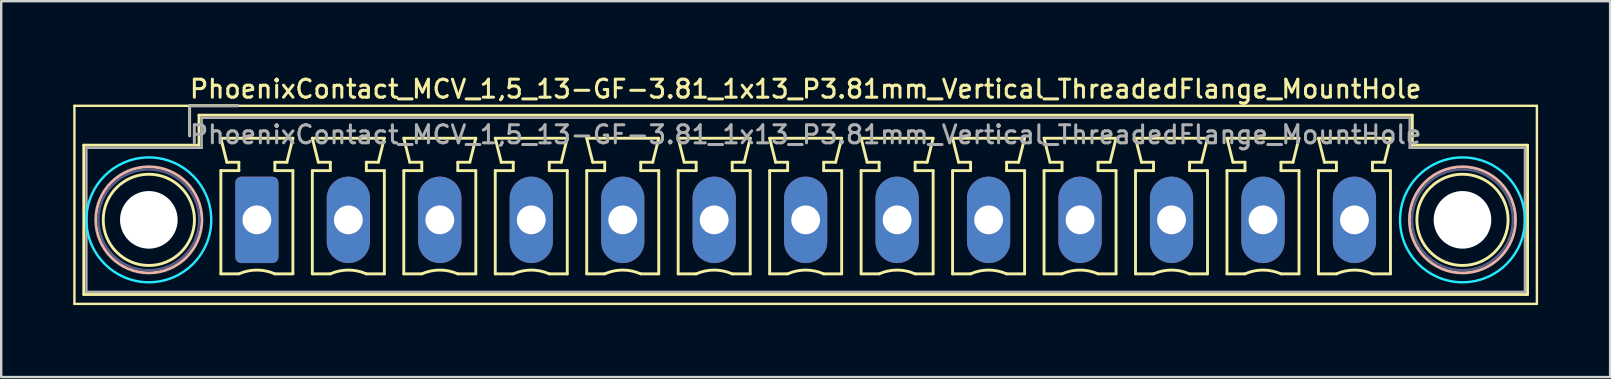
<source format=kicad_pcb>
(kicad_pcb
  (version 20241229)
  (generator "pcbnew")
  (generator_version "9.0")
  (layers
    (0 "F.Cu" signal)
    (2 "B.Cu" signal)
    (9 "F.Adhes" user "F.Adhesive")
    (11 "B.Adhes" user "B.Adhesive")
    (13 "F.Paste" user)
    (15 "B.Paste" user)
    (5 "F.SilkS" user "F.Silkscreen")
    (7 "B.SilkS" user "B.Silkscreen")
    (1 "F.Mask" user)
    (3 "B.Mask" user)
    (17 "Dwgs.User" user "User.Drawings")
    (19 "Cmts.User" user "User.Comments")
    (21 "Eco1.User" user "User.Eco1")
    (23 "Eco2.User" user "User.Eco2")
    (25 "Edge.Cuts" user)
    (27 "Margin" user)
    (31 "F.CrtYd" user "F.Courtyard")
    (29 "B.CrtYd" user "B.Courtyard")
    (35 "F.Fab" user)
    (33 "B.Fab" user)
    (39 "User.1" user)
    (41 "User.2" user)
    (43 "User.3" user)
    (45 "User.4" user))
  (footprint "PhoenixContact_MCV_1,5_13-GF-3.81_1x13_P3.81mm_Vertical_ThreadedFlange_MountHole"
    (layer "F.Cu")
    (at 7.65 6.108)
    (property "Reference" "PhoenixContact_MCV_1,5_13-GF-3.81_1x13_P3.81mm_Vertical_ThreadedFlange_MountHole" (at 22.86 -5.45 0) (layer "F.SilkS") (effects (font (size 0.75 0.75) (thickness 0.125))))
    (attr through_hole)
    (fp_line (start -7.6 -4.75) (end -7.6 3.5) (stroke (width 0.1) (type solid)) (layer "F.SilkS"))
    (fp_line (start -7.6 3.5) (end 53.32 3.5) (stroke (width 0.1) (type solid)) (layer "F.SilkS"))
    (fp_line (start -7.21 -3.11) (end -7.21 3.11) (stroke (width 0.12) (type solid)) (layer "F.SilkS"))
    (fp_line (start -7.21 3.11) (end 52.93 3.11) (stroke (width 0.12) (type solid)) (layer "F.SilkS"))
    (fp_line (start -2.8 -4.75) (end -0.8 -4.75) (stroke (width 0.12) (type solid)) (layer "F.SilkS"))
    (fp_line (start -2.8 -3.5) (end -2.8 -4.75) (stroke (width 0.12) (type solid)) (layer "F.SilkS"))
    (fp_line (start -2.41 -4.36) (end -2.41 -3.11) (stroke (width 0.12) (type solid)) (layer "F.SilkS"))
    (fp_line (start -2.41 -3.11) (end -7.21 -3.11) (stroke (width 0.12) (type solid)) (layer "F.SilkS"))
    (fp_line (start -1.5 -3.4) (end 1.5 -3.4) (stroke (width 0.12) (type solid)) (layer "F.SilkS"))
    (fp_line (start -1.5 -2.05) (end -0.75 -2.05) (stroke (width 0.12) (type solid)) (layer "F.SilkS"))
    (fp_line (start -1.5 2.25) (end -1.5 -2.05) (stroke (width 0.12) (type solid)) (layer "F.SilkS"))
    (fp_line (start -1.25 -2.4) (end -1.5 -3.4) (stroke (width 0.12) (type solid)) (layer "F.SilkS"))
    (fp_line (start -0.75 -2.4) (end -1.25 -2.4) (stroke (width 0.12) (type solid)) (layer "F.SilkS"))
    (fp_line (start -0.75 -2.05) (end -0.75 -2.4) (stroke (width 0.12) (type solid)) (layer "F.SilkS"))
    (fp_line (start -0.75 2.25) (end -1.5 2.25) (stroke (width 0.12) (type solid)) (layer "F.SilkS"))
    (fp_line (start 0.75 -2.4) (end 0.75 -2.05) (stroke (width 0.12) (type solid)) (layer "F.SilkS"))
    (fp_line (start 0.75 -2.05) (end 1.5 -2.05) (stroke (width 0.12) (type solid)) (layer "F.SilkS"))
    (fp_line (start 1.25 -2.4) (end 0.75 -2.4) (stroke (width 0.12) (type solid)) (layer "F.SilkS"))
    (fp_line (start 1.5 -3.4) (end 1.25 -2.4) (stroke (width 0.12) (type solid)) (layer "F.SilkS"))
    (fp_line (start 1.5 -2.05) (end 1.5 2.25) (stroke (width 0.12) (type solid)) (layer "F.SilkS"))
    (fp_line (start 1.5 2.25) (end 0.75 2.25) (stroke (width 0.12) (type solid)) (layer "F.SilkS"))
    (fp_line (start 2.31 -3.4) (end 5.31 -3.4) (stroke (width 0.12) (type solid)) (layer "F.SilkS"))
    (fp_line (start 2.31 -2.05) (end 3.06 -2.05) (stroke (width 0.12) (type solid)) (layer "F.SilkS"))
    (fp_line (start 2.31 2.25) (end 2.31 -2.05) (stroke (width 0.12) (type solid)) (layer "F.SilkS"))
    (fp_line (start 2.56 -2.4) (end 2.31 -3.4) (stroke (width 0.12) (type solid)) (layer "F.SilkS"))
    (fp_line (start 3.06 -2.4) (end 2.56 -2.4) (stroke (width 0.12) (type solid)) (layer "F.SilkS"))
    (fp_line (start 3.06 -2.05) (end 3.06 -2.4) (stroke (width 0.12) (type solid)) (layer "F.SilkS"))
    (fp_line (start 3.06 2.25) (end 2.31 2.25) (stroke (width 0.12) (type solid)) (layer "F.SilkS"))
    (fp_line (start 4.56 -2.4) (end 4.56 -2.05) (stroke (width 0.12) (type solid)) (layer "F.SilkS"))
    (fp_line (start 4.56 -2.05) (end 5.31 -2.05) (stroke (width 0.12) (type solid)) (layer "F.SilkS"))
    (fp_line (start 5.06 -2.4) (end 4.56 -2.4) (stroke (width 0.12) (type solid)) (layer "F.SilkS"))
    (fp_line (start 5.31 -3.4) (end 5.06 -2.4) (stroke (width 0.12) (type solid)) (layer "F.SilkS"))
    (fp_line (start 5.31 -2.05) (end 5.31 2.25) (stroke (width 0.12) (type solid)) (layer "F.SilkS"))
    (fp_line (start 5.31 2.25) (end 4.56 2.25) (stroke (width 0.12) (type solid)) (layer "F.SilkS"))
    (fp_line (start 6.12 -3.4) (end 9.12 -3.4) (stroke (width 0.12) (type solid)) (layer "F.SilkS"))
    (fp_line (start 6.12 -2.05) (end 6.87 -2.05) (stroke (width 0.12) (type solid)) (layer "F.SilkS"))
    (fp_line (start 6.12 2.25) (end 6.12 -2.05) (stroke (width 0.12) (type solid)) (layer "F.SilkS"))
    (fp_line (start 6.37 -2.4) (end 6.12 -3.4) (stroke (width 0.12) (type solid)) (layer "F.SilkS"))
    (fp_line (start 6.87 -2.4) (end 6.37 -2.4) (stroke (width 0.12) (type solid)) (layer "F.SilkS"))
    (fp_line (start 6.87 -2.05) (end 6.87 -2.4) (stroke (width 0.12) (type solid)) (layer "F.SilkS"))
    (fp_line (start 6.87 2.25) (end 6.12 2.25) (stroke (width 0.12) (type solid)) (layer "F.SilkS"))
    (fp_line (start 8.37 -2.4) (end 8.37 -2.05) (stroke (width 0.12) (type solid)) (layer "F.SilkS"))
    (fp_line (start 8.37 -2.05) (end 9.12 -2.05) (stroke (width 0.12) (type solid)) (layer "F.SilkS"))
    (fp_line (start 8.87 -2.4) (end 8.37 -2.4) (stroke (width 0.12) (type solid)) (layer "F.SilkS"))
    (fp_line (start 9.12 -3.4) (end 8.87 -2.4) (stroke (width 0.12) (type solid)) (layer "F.SilkS"))
    (fp_line (start 9.12 -2.05) (end 9.12 2.25) (stroke (width 0.12) (type solid)) (layer "F.SilkS"))
    (fp_line (start 9.12 2.25) (end 8.37 2.25) (stroke (width 0.12) (type solid)) (layer "F.SilkS"))
    (fp_line (start 9.93 -3.4) (end 12.93 -3.4) (stroke (width 0.12) (type solid)) (layer "F.SilkS"))
    (fp_line (start 9.93 -2.05) (end 10.68 -2.05) (stroke (width 0.12) (type solid)) (layer "F.SilkS"))
    (fp_line (start 9.93 2.25) (end 9.93 -2.05) (stroke (width 0.12) (type solid)) (layer "F.SilkS"))
    (fp_line (start 10.18 -2.4) (end 9.93 -3.4) (stroke (width 0.12) (type solid)) (layer "F.SilkS"))
    (fp_line (start 10.68 -2.4) (end 10.18 -2.4) (stroke (width 0.12) (type solid)) (layer "F.SilkS"))
    (fp_line (start 10.68 -2.05) (end 10.68 -2.4) (stroke (width 0.12) (type solid)) (layer "F.SilkS"))
    (fp_line (start 10.68 2.25) (end 9.93 2.25) (stroke (width 0.12) (type solid)) (layer "F.SilkS"))
    (fp_line (start 12.18 -2.4) (end 12.18 -2.05) (stroke (width 0.12) (type solid)) (layer "F.SilkS"))
    (fp_line (start 12.18 -2.05) (end 12.93 -2.05) (stroke (width 0.12) (type solid)) (layer "F.SilkS"))
    (fp_line (start 12.68 -2.4) (end 12.18 -2.4) (stroke (width 0.12) (type solid)) (layer "F.SilkS"))
    (fp_line (start 12.93 -3.4) (end 12.68 -2.4) (stroke (width 0.12) (type solid)) (layer "F.SilkS"))
    (fp_line (start 12.93 -2.05) (end 12.93 2.25) (stroke (width 0.12) (type solid)) (layer "F.SilkS"))
    (fp_line (start 12.93 2.25) (end 12.18 2.25) (stroke (width 0.12) (type solid)) (layer "F.SilkS"))
    (fp_line (start 13.74 -3.4) (end 16.74 -3.4) (stroke (width 0.12) (type solid)) (layer "F.SilkS"))
    (fp_line (start 13.74 -2.05) (end 14.49 -2.05) (stroke (width 0.12) (type solid)) (layer "F.SilkS"))
    (fp_line (start 13.74 2.25) (end 13.74 -2.05) (stroke (width 0.12) (type solid)) (layer "F.SilkS"))
    (fp_line (start 13.99 -2.4) (end 13.74 -3.4) (stroke (width 0.12) (type solid)) (layer "F.SilkS"))
    (fp_line (start 14.49 -2.4) (end 13.99 -2.4) (stroke (width 0.12) (type solid)) (layer "F.SilkS"))
    (fp_line (start 14.49 -2.05) (end 14.49 -2.4) (stroke (width 0.12) (type solid)) (layer "F.SilkS"))
    (fp_line (start 14.49 2.25) (end 13.74 2.25) (stroke (width 0.12) (type solid)) (layer "F.SilkS"))
    (fp_line (start 15.99 -2.4) (end 15.99 -2.05) (stroke (width 0.12) (type solid)) (layer "F.SilkS"))
    (fp_line (start 15.99 -2.05) (end 16.74 -2.05) (stroke (width 0.12) (type solid)) (layer "F.SilkS"))
    (fp_line (start 16.49 -2.4) (end 15.99 -2.4) (stroke (width 0.12) (type solid)) (layer "F.SilkS"))
    (fp_line (start 16.74 -3.4) (end 16.49 -2.4) (stroke (width 0.12) (type solid)) (layer "F.SilkS"))
    (fp_line (start 16.74 -2.05) (end 16.74 2.25) (stroke (width 0.12) (type solid)) (layer "F.SilkS"))
    (fp_line (start 16.74 2.25) (end 15.99 2.25) (stroke (width 0.12) (type solid)) (layer "F.SilkS"))
    (fp_line (start 17.55 -3.4) (end 20.55 -3.4) (stroke (width 0.12) (type solid)) (layer "F.SilkS"))
    (fp_line (start 17.55 -2.05) (end 18.3 -2.05) (stroke (width 0.12) (type solid)) (layer "F.SilkS"))
    (fp_line (start 17.55 2.25) (end 17.55 -2.05) (stroke (width 0.12) (type solid)) (layer "F.SilkS"))
    (fp_line (start 17.8 -2.4) (end 17.55 -3.4) (stroke (width 0.12) (type solid)) (layer "F.SilkS"))
    (fp_line (start 18.3 -2.4) (end 17.8 -2.4) (stroke (width 0.12) (type solid)) (layer "F.SilkS"))
    (fp_line (start 18.3 -2.05) (end 18.3 -2.4) (stroke (width 0.12) (type solid)) (layer "F.SilkS"))
    (fp_line (start 18.3 2.25) (end 17.55 2.25) (stroke (width 0.12) (type solid)) (layer "F.SilkS"))
    (fp_line (start 19.8 -2.4) (end 19.8 -2.05) (stroke (width 0.12) (type solid)) (layer "F.SilkS"))
    (fp_line (start 19.8 -2.05) (end 20.55 -2.05) (stroke (width 0.12) (type solid)) (layer "F.SilkS"))
    (fp_line (start 20.3 -2.4) (end 19.8 -2.4) (stroke (width 0.12) (type solid)) (layer "F.SilkS"))
    (fp_line (start 20.55 -3.4) (end 20.3 -2.4) (stroke (width 0.12) (type solid)) (layer "F.SilkS"))
    (fp_line (start 20.55 -2.05) (end 20.55 2.25) (stroke (width 0.12) (type solid)) (layer "F.SilkS"))
    (fp_line (start 20.55 2.25) (end 19.8 2.25) (stroke (width 0.12) (type solid)) (layer "F.SilkS"))
    (fp_line (start 21.36 -3.4) (end 24.36 -3.4) (stroke (width 0.12) (type solid)) (layer "F.SilkS"))
    (fp_line (start 21.36 -2.05) (end 22.11 -2.05) (stroke (width 0.12) (type solid)) (layer "F.SilkS"))
    (fp_line (start 21.36 2.25) (end 21.36 -2.05) (stroke (width 0.12) (type solid)) (layer "F.SilkS"))
    (fp_line (start 21.61 -2.4) (end 21.36 -3.4) (stroke (width 0.12) (type solid)) (layer "F.SilkS"))
    (fp_line (start 22.11 -2.4) (end 21.61 -2.4) (stroke (width 0.12) (type solid)) (layer "F.SilkS"))
    (fp_line (start 22.11 -2.05) (end 22.11 -2.4) (stroke (width 0.12) (type solid)) (layer "F.SilkS"))
    (fp_line (start 22.11 2.25) (end 21.36 2.25) (stroke (width 0.12) (type solid)) (layer "F.SilkS"))
    (fp_line (start 23.61 -2.4) (end 23.61 -2.05) (stroke (width 0.12) (type solid)) (layer "F.SilkS"))
    (fp_line (start 23.61 -2.05) (end 24.36 -2.05) (stroke (width 0.12) (type solid)) (layer "F.SilkS"))
    (fp_line (start 24.11 -2.4) (end 23.61 -2.4) (stroke (width 0.12) (type solid)) (layer "F.SilkS"))
    (fp_line (start 24.36 -3.4) (end 24.11 -2.4) (stroke (width 0.12) (type solid)) (layer "F.SilkS"))
    (fp_line (start 24.36 -2.05) (end 24.36 2.25) (stroke (width 0.12) (type solid)) (layer "F.SilkS"))
    (fp_line (start 24.36 2.25) (end 23.61 2.25) (stroke (width 0.12) (type solid)) (layer "F.SilkS"))
    (fp_line (start 25.17 -3.4) (end 28.17 -3.4) (stroke (width 0.12) (type solid)) (layer "F.SilkS"))
    (fp_line (start 25.17 -2.05) (end 25.92 -2.05) (stroke (width 0.12) (type solid)) (layer "F.SilkS"))
    (fp_line (start 25.17 2.25) (end 25.17 -2.05) (stroke (width 0.12) (type solid)) (layer "F.SilkS"))
    (fp_line (start 25.42 -2.4) (end 25.17 -3.4) (stroke (width 0.12) (type solid)) (layer "F.SilkS"))
    (fp_line (start 25.92 -2.4) (end 25.42 -2.4) (stroke (width 0.12) (type solid)) (layer "F.SilkS"))
    (fp_line (start 25.92 -2.05) (end 25.92 -2.4) (stroke (width 0.12) (type solid)) (layer "F.SilkS"))
    (fp_line (start 25.92 2.25) (end 25.17 2.25) (stroke (width 0.12) (type solid)) (layer "F.SilkS"))
    (fp_line (start 27.42 -2.4) (end 27.42 -2.05) (stroke (width 0.12) (type solid)) (layer "F.SilkS"))
    (fp_line (start 27.42 -2.05) (end 28.17 -2.05) (stroke (width 0.12) (type solid)) (layer "F.SilkS"))
    (fp_line (start 27.92 -2.4) (end 27.42 -2.4) (stroke (width 0.12) (type solid)) (layer "F.SilkS"))
    (fp_line (start 28.17 -3.4) (end 27.92 -2.4) (stroke (width 0.12) (type solid)) (layer "F.SilkS"))
    (fp_line (start 28.17 -2.05) (end 28.17 2.25) (stroke (width 0.12) (type solid)) (layer "F.SilkS"))
    (fp_line (start 28.17 2.25) (end 27.42 2.25) (stroke (width 0.12) (type solid)) (layer "F.SilkS"))
    (fp_line (start 28.98 -3.4) (end 31.98 -3.4) (stroke (width 0.12) (type solid)) (layer "F.SilkS"))
    (fp_line (start 28.98 -2.05) (end 29.73 -2.05) (stroke (width 0.12) (type solid)) (layer "F.SilkS"))
    (fp_line (start 28.98 2.25) (end 28.98 -2.05) (stroke (width 0.12) (type solid)) (layer "F.SilkS"))
    (fp_line (start 29.23 -2.4) (end 28.98 -3.4) (stroke (width 0.12) (type solid)) (layer "F.SilkS"))
    (fp_line (start 29.73 -2.4) (end 29.23 -2.4) (stroke (width 0.12) (type solid)) (layer "F.SilkS"))
    (fp_line (start 29.73 -2.05) (end 29.73 -2.4) (stroke (width 0.12) (type solid)) (layer "F.SilkS"))
    (fp_line (start 29.73 2.25) (end 28.98 2.25) (stroke (width 0.12) (type solid)) (layer "F.SilkS"))
    (fp_line (start 31.23 -2.4) (end 31.23 -2.05) (stroke (width 0.12) (type solid)) (layer "F.SilkS"))
    (fp_line (start 31.23 -2.05) (end 31.98 -2.05) (stroke (width 0.12) (type solid)) (layer "F.SilkS"))
    (fp_line (start 31.73 -2.4) (end 31.23 -2.4) (stroke (width 0.12) (type solid)) (layer "F.SilkS"))
    (fp_line (start 31.98 -3.4) (end 31.73 -2.4) (stroke (width 0.12) (type solid)) (layer "F.SilkS"))
    (fp_line (start 31.98 -2.05) (end 31.98 2.25) (stroke (width 0.12) (type solid)) (layer "F.SilkS"))
    (fp_line (start 31.98 2.25) (end 31.23 2.25) (stroke (width 0.12) (type solid)) (layer "F.SilkS"))
    (fp_line (start 32.79 -3.4) (end 35.79 -3.4) (stroke (width 0.12) (type solid)) (layer "F.SilkS"))
    (fp_line (start 32.79 -2.05) (end 33.54 -2.05) (stroke (width 0.12) (type solid)) (layer "F.SilkS"))
    (fp_line (start 32.79 2.25) (end 32.79 -2.05) (stroke (width 0.12) (type solid)) (layer "F.SilkS"))
    (fp_line (start 33.04 -2.4) (end 32.79 -3.4) (stroke (width 0.12) (type solid)) (layer "F.SilkS"))
    (fp_line (start 33.54 -2.4) (end 33.04 -2.4) (stroke (width 0.12) (type solid)) (layer "F.SilkS"))
    (fp_line (start 33.54 -2.05) (end 33.54 -2.4) (stroke (width 0.12) (type solid)) (layer "F.SilkS"))
    (fp_line (start 33.54 2.25) (end 32.79 2.25) (stroke (width 0.12) (type solid)) (layer "F.SilkS"))
    (fp_line (start 35.04 -2.4) (end 35.04 -2.05) (stroke (width 0.12) (type solid)) (layer "F.SilkS"))
    (fp_line (start 35.04 -2.05) (end 35.79 -2.05) (stroke (width 0.12) (type solid)) (layer "F.SilkS"))
    (fp_line (start 35.54 -2.4) (end 35.04 -2.4) (stroke (width 0.12) (type solid)) (layer "F.SilkS"))
    (fp_line (start 35.79 -3.4) (end 35.54 -2.4) (stroke (width 0.12) (type solid)) (layer "F.SilkS"))
    (fp_line (start 35.79 -2.05) (end 35.79 2.25) (stroke (width 0.12) (type solid)) (layer "F.SilkS"))
    (fp_line (start 35.79 2.25) (end 35.04 2.25) (stroke (width 0.12) (type solid)) (layer "F.SilkS"))
    (fp_line (start 36.6 -3.4) (end 39.6 -3.4) (stroke (width 0.12) (type solid)) (layer "F.SilkS"))
    (fp_line (start 36.6 -2.05) (end 37.35 -2.05) (stroke (width 0.12) (type solid)) (layer "F.SilkS"))
    (fp_line (start 36.6 2.25) (end 36.6 -2.05) (stroke (width 0.12) (type solid)) (layer "F.SilkS"))
    (fp_line (start 36.85 -2.4) (end 36.6 -3.4) (stroke (width 0.12) (type solid)) (layer "F.SilkS"))
    (fp_line (start 37.35 -2.4) (end 36.85 -2.4) (stroke (width 0.12) (type solid)) (layer "F.SilkS"))
    (fp_line (start 37.35 -2.05) (end 37.35 -2.4) (stroke (width 0.12) (type solid)) (layer "F.SilkS"))
    (fp_line (start 37.35 2.25) (end 36.6 2.25) (stroke (width 0.12) (type solid)) (layer "F.SilkS"))
    (fp_line (start 38.85 -2.4) (end 38.85 -2.05) (stroke (width 0.12) (type solid)) (layer "F.SilkS"))
    (fp_line (start 38.85 -2.05) (end 39.6 -2.05) (stroke (width 0.12) (type solid)) (layer "F.SilkS"))
    (fp_line (start 39.35 -2.4) (end 38.85 -2.4) (stroke (width 0.12) (type solid)) (layer "F.SilkS"))
    (fp_line (start 39.6 -3.4) (end 39.35 -2.4) (stroke (width 0.12) (type solid)) (layer "F.SilkS"))
    (fp_line (start 39.6 -2.05) (end 39.6 2.25) (stroke (width 0.12) (type solid)) (layer "F.SilkS"))
    (fp_line (start 39.6 2.25) (end 38.85 2.25) (stroke (width 0.12) (type solid)) (layer "F.SilkS"))
    (fp_line (start 40.41 -3.4) (end 43.41 -3.4) (stroke (width 0.12) (type solid)) (layer "F.SilkS"))
    (fp_line (start 40.41 -2.05) (end 41.16 -2.05) (stroke (width 0.12) (type solid)) (layer "F.SilkS"))
    (fp_line (start 40.41 2.25) (end 40.41 -2.05) (stroke (width 0.12) (type solid)) (layer "F.SilkS"))
    (fp_line (start 40.66 -2.4) (end 40.41 -3.4) (stroke (width 0.12) (type solid)) (layer "F.SilkS"))
    (fp_line (start 41.16 -2.4) (end 40.66 -2.4) (stroke (width 0.12) (type solid)) (layer "F.SilkS"))
    (fp_line (start 41.16 -2.05) (end 41.16 -2.4) (stroke (width 0.12) (type solid)) (layer "F.SilkS"))
    (fp_line (start 41.16 2.25) (end 40.41 2.25) (stroke (width 0.12) (type solid)) (layer "F.SilkS"))
    (fp_line (start 42.66 -2.4) (end 42.66 -2.05) (stroke (width 0.12) (type solid)) (layer "F.SilkS"))
    (fp_line (start 42.66 -2.05) (end 43.41 -2.05) (stroke (width 0.12) (type solid)) (layer "F.SilkS"))
    (fp_line (start 43.16 -2.4) (end 42.66 -2.4) (stroke (width 0.12) (type solid)) (layer "F.SilkS"))
    (fp_line (start 43.41 -3.4) (end 43.16 -2.4) (stroke (width 0.12) (type solid)) (layer "F.SilkS"))
    (fp_line (start 43.41 -2.05) (end 43.41 2.25) (stroke (width 0.12) (type solid)) (layer "F.SilkS"))
    (fp_line (start 43.41 2.25) (end 42.66 2.25) (stroke (width 0.12) (type solid)) (layer "F.SilkS"))
    (fp_line (start 44.22 -3.4) (end 47.22 -3.4) (stroke (width 0.12) (type solid)) (layer "F.SilkS"))
    (fp_line (start 44.22 -2.05) (end 44.97 -2.05) (stroke (width 0.12) (type solid)) (layer "F.SilkS"))
    (fp_line (start 44.22 2.25) (end 44.22 -2.05) (stroke (width 0.12) (type solid)) (layer "F.SilkS"))
    (fp_line (start 44.47 -2.4) (end 44.22 -3.4) (stroke (width 0.12) (type solid)) (layer "F.SilkS"))
    (fp_line (start 44.97 -2.4) (end 44.47 -2.4) (stroke (width 0.12) (type solid)) (layer "F.SilkS"))
    (fp_line (start 44.97 -2.05) (end 44.97 -2.4) (stroke (width 0.12) (type solid)) (layer "F.SilkS"))
    (fp_line (start 44.97 2.25) (end 44.22 2.25) (stroke (width 0.12) (type solid)) (layer "F.SilkS"))
    (fp_line (start 46.47 -2.4) (end 46.47 -2.05) (stroke (width 0.12) (type solid)) (layer "F.SilkS"))
    (fp_line (start 46.47 -2.05) (end 47.22 -2.05) (stroke (width 0.12) (type solid)) (layer "F.SilkS"))
    (fp_line (start 46.97 -2.4) (end 46.47 -2.4) (stroke (width 0.12) (type solid)) (layer "F.SilkS"))
    (fp_line (start 47.22 -3.4) (end 46.97 -2.4) (stroke (width 0.12) (type solid)) (layer "F.SilkS"))
    (fp_line (start 47.22 -2.05) (end 47.22 2.25) (stroke (width 0.12) (type solid)) (layer "F.SilkS"))
    (fp_line (start 47.22 2.25) (end 46.47 2.25) (stroke (width 0.12) (type solid)) (layer "F.SilkS"))
    (fp_line (start 48.13 -4.36) (end -2.41 -4.36) (stroke (width 0.12) (type solid)) (layer "F.SilkS"))
    (fp_line (start 48.13 -3.11) (end 48.13 -4.36) (stroke (width 0.12) (type solid)) (layer "F.SilkS"))
    (fp_line (start 52.93 -3.11) (end 48.13 -3.11) (stroke (width 0.12) (type solid)) (layer "F.SilkS"))
    (fp_line (start 52.93 3.11) (end 52.93 -3.11) (stroke (width 0.12) (type solid)) (layer "F.SilkS"))
    (fp_line (start 53.32 -4.75) (end -7.6 -4.75) (stroke (width 0.1) (type solid)) (layer "F.SilkS"))
    (fp_line (start 53.32 3.5) (end 53.32 -4.75) (stroke (width 0.1) (type solid)) (layer "F.SilkS"))
    (fp_arc (start -0.75 2.25) (mid -0.000193 2.09191) (end 0.749647 2.249844) (stroke (width 0.12) (type solid)) (layer "F.SilkS"))
    (fp_arc (start 3.06 2.25) (mid 3.809807 2.09191) (end 4.559647 2.249844) (stroke (width 0.12) (type solid)) (layer "F.SilkS"))
    (fp_arc (start 6.87 2.25) (mid 7.619807 2.09191) (end 8.369647 2.249844) (stroke (width 0.12) (type solid)) (layer "F.SilkS"))
    (fp_arc (start 10.68 2.25) (mid 11.429807 2.09191) (end 12.179647 2.249844) (stroke (width 0.12) (type solid)) (layer "F.SilkS"))
    (fp_arc (start 14.49 2.25) (mid 15.239807 2.09191) (end 15.989647 2.249844) (stroke (width 0.12) (type solid)) (layer "F.SilkS"))
    (fp_arc (start 18.3 2.25) (mid 19.049807 2.09191) (end 19.799647 2.249844) (stroke (width 0.12) (type solid)) (layer "F.SilkS"))
    (fp_arc (start 22.11 2.25) (mid 22.859807 2.09191) (end 23.609647 2.249844) (stroke (width 0.12) (type solid)) (layer "F.SilkS"))
    (fp_arc (start 25.92 2.25) (mid 26.669807 2.09191) (end 27.419647 2.249844) (stroke (width 0.12) (type solid)) (layer "F.SilkS"))
    (fp_arc (start 29.73 2.25) (mid 30.479807 2.09191) (end 31.229647 2.249844) (stroke (width 0.12) (type solid)) (layer "F.SilkS"))
    (fp_arc (start 33.54 2.25) (mid 34.289807 2.09191) (end 35.039647 2.249844) (stroke (width 0.12) (type solid)) (layer "F.SilkS"))
    (fp_arc (start 37.35 2.25) (mid 38.099807 2.09191) (end 38.849647 2.249844) (stroke (width 0.12) (type solid)) (layer "F.SilkS"))
    (fp_arc (start 41.16 2.25) (mid 41.909807 2.09191) (end 42.659647 2.249844) (stroke (width 0.12) (type solid)) (layer "F.SilkS"))
    (fp_arc (start 44.97 2.25) (mid 45.719807 2.09191) (end 46.469647 2.249844) (stroke (width 0.12) (type solid)) (layer "F.SilkS"))
    (fp_circle (center -4.5 0) (end -2.6 0) (stroke (width 0.12) (type solid)) (fill no) (layer "F.SilkS"))
    (fp_circle (center 50.22 0) (end 52.12 0) (stroke (width 0.12) (type solid)) (fill no) (layer "F.SilkS"))
    (fp_circle (center -4.5 0) (end -2.29 0) (stroke (width 0.12) (type solid)) (fill no) (layer "B.SilkS"))
    (fp_circle (center 50.22 0) (end 52.43 0) (stroke (width 0.12) (type solid)) (fill no) (layer "B.SilkS"))
    (fp_circle (center -4.5 0) (end -1.9 0) (stroke (width 0.1) (type solid)) (fill no) (layer "B.CrtYd"))
    (fp_circle (center 50.22 0) (end 52.82 0) (stroke (width 0.1) (type solid)) (fill no) (layer "B.CrtYd"))
    (fp_circle (center -4.5 0) (end -2.4 0) (stroke (width 0.1) (type solid)) (fill no) (layer "B.Fab"))
    (fp_circle (center 50.22 0) (end 52.32 0) (stroke (width 0.1) (type solid)) (fill no) (layer "B.Fab"))
    (fp_line (start -7.1 -3) (end -7.1 3) (stroke (width 0.1) (type solid)) (layer "F.Fab"))
    (fp_line (start -7.1 3) (end 52.82 3) (stroke (width 0.1) (type solid)) (layer "F.Fab"))
    (fp_line (start -2.8 -4.75) (end -0.8 -4.75) (stroke (width 0.1) (type solid)) (layer "F.Fab"))
    (fp_line (start -2.8 -3.5) (end -2.8 -4.75) (stroke (width 0.1) (type solid)) (layer "F.Fab"))
    (fp_line (start -2.3 -4.25) (end -2.3 -3) (stroke (width 0.1) (type solid)) (layer "F.Fab"))
    (fp_line (start -2.3 -3) (end -7.1 -3) (stroke (width 0.1) (type solid)) (layer "F.Fab"))
    (fp_line (start 48.02 -4.25) (end -2.3 -4.25) (stroke (width 0.1) (type solid)) (layer "F.Fab"))
    (fp_line (start 48.02 -3) (end 48.02 -4.25) (stroke (width 0.1) (type solid)) (layer "F.Fab"))
    (fp_line (start 52.82 -3) (end 48.02 -3) (stroke (width 0.1) (type solid)) (layer "F.Fab"))
    (fp_line (start 52.82 3) (end 52.82 -3) (stroke (width 0.1) (type solid)) (layer "F.Fab"))
    (fp_text user "${REFERENCE}" (at 22.86 -3.55 0) (layer "F.Fab") (effects (font (size 0.75 0.75) (thickness 0.125))))
    (pad "" np_thru_hole circle (at -4.5 0) (size 2.4 2.4) (drill 2.4) (layers "*.Cu" "*.Mask"))
    (pad "" np_thru_hole circle (at 50.22 0) (size 2.4 2.4) (drill 2.4) (layers "*.Cu" "*.Mask"))
    (pad "1" thru_hole roundrect (at 0 0) (size 1.8 3.6) (drill 1.2) (layers "*.Cu" "*.Mask") (roundrect_rratio 0.139))
    (pad "2" thru_hole oval (at 3.81 0) (size 1.8 3.6) (drill 1.2) (layers "*.Cu" "*.Mask"))
    (pad "3" thru_hole oval (at 7.62 0) (size 1.8 3.6) (drill 1.2) (layers "*.Cu" "*.Mask"))
    (pad "4" thru_hole oval (at 11.43 0) (size 1.8 3.6) (drill 1.2) (layers "*.Cu" "*.Mask"))
    (pad "5" thru_hole oval (at 15.24 0) (size 1.8 3.6) (drill 1.2) (layers "*.Cu" "*.Mask"))
    (pad "6" thru_hole oval (at 19.05 0) (size 1.8 3.6) (drill 1.2) (layers "*.Cu" "*.Mask"))
    (pad "7" thru_hole oval (at 22.86 0) (size 1.8 3.6) (drill 1.2) (layers "*.Cu" "*.Mask"))
    (pad "8" thru_hole oval (at 26.67 0) (size 1.8 3.6) (drill 1.2) (layers "*.Cu" "*.Mask"))
    (pad "9" thru_hole oval (at 30.48 0) (size 1.8 3.6) (drill 1.2) (layers "*.Cu" "*.Mask"))
    (pad "10" thru_hole oval (at 34.29 0) (size 1.8 3.6) (drill 1.2) (layers "*.Cu" "*.Mask"))
    (pad "11" thru_hole oval (at 38.1 0) (size 1.8 3.6) (drill 1.2) (layers "*.Cu" "*.Mask"))
    (pad "12" thru_hole oval (at 41.91 0) (size 1.8 3.6) (drill 1.2) (layers "*.Cu" "*.Mask"))
    (pad "13" thru_hole oval (at 45.72 0) (size 1.8 3.6) (drill 1.2) (layers "*.Cu" "*.Mask")))
  (gr_rect
    (start -3 -3)
    (end 64.02 12.658)
    (stroke (width 0.1) (type default))
    (fill no)
    (layer "Edge.Cuts")))
</source>
